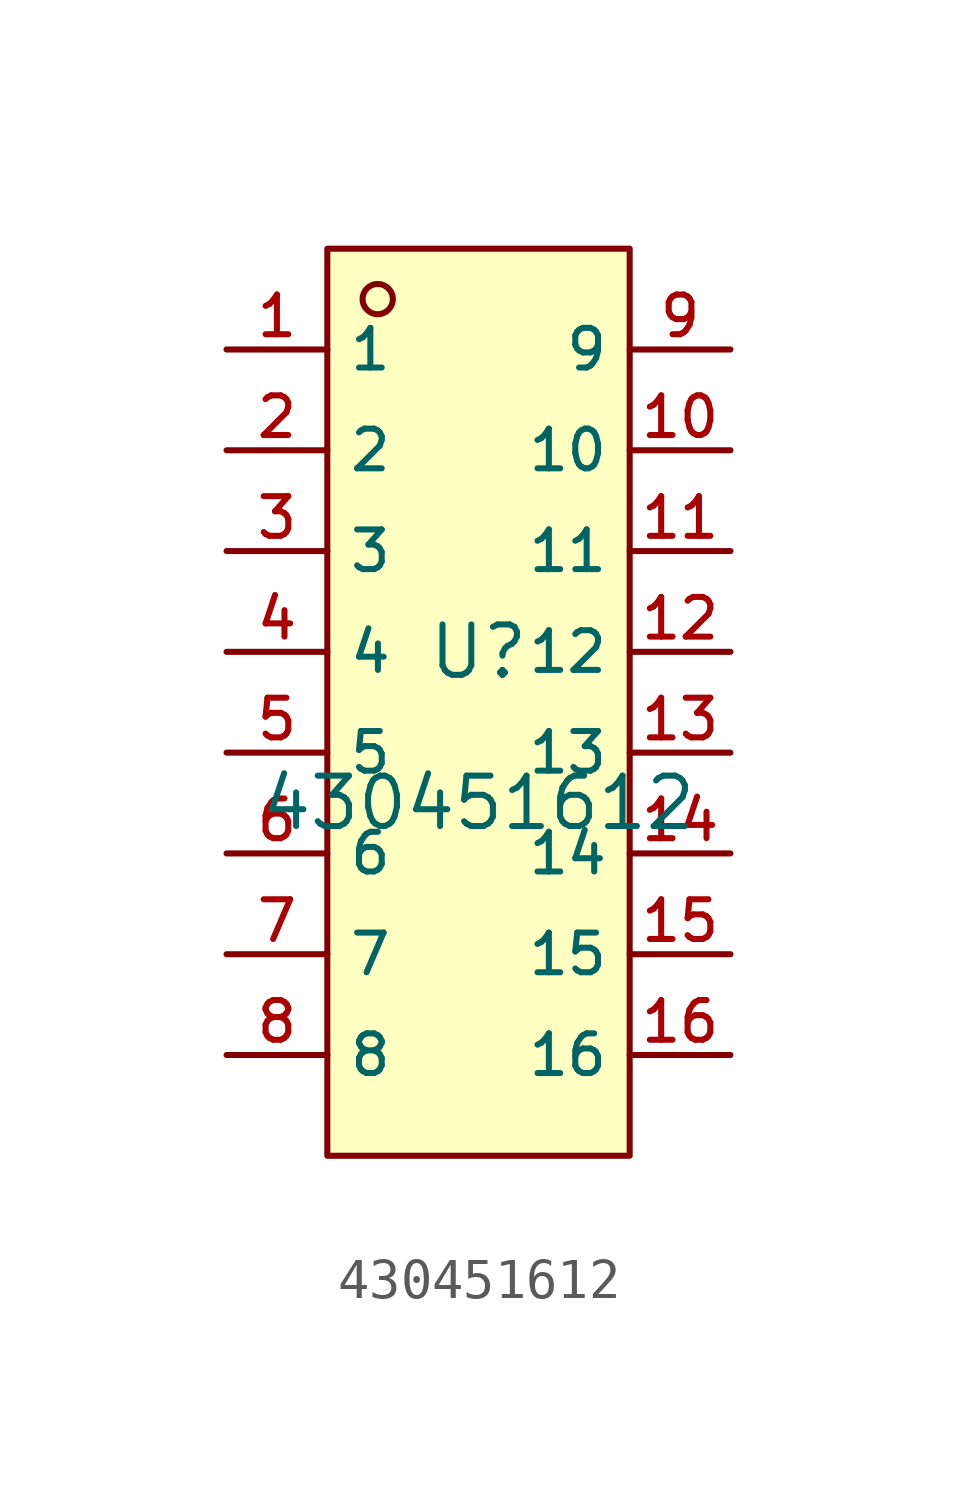
<source format=kicad_sym>
(kicad_symbol_lib
  (version 20210201)
  (generator TousstNicolas/JLC2KiCad_lib)
  (symbol "430451612"
    (property "Reference" "U"
      (at 0 1.27 0)
      (effects (font (size 1.27 1.27))))
    (property "Value" "430451612"
      (at 0 -2.54 0)
      (effects (font (size 1.27 1.27))))
    (symbol "430451612_0_1"
      (rectangle (start -3.81 11.43) (end 3.81 -11.43) (stroke (width 0) (type default) (color 0 0 0 0)) (fill (type background)))
      (circle (center -2.54 10.16) (radius 0.381) (stroke (width 0) (type default) (color 0 0 0 0)) (fill (type background)))
      (pin unspecified line (at -6.35 8.89 0) (length 2.54) (name "1" (effects (font (size 1 1)))) (number "1" (effects (font (size 1 1)))))
      (pin unspecified line (at -6.35 6.35 0) (length 2.54) (name "2" (effects (font (size 1 1)))) (number "2" (effects (font (size 1 1)))))
      (pin unspecified line (at -6.35 3.81 0) (length 2.54) (name "3" (effects (font (size 1 1)))) (number "3" (effects (font (size 1 1)))))
      (pin unspecified line (at -6.35 1.27 0) (length 2.54) (name "4" (effects (font (size 1 1)))) (number "4" (effects (font (size 1 1)))))
      (pin unspecified line (at -6.35 -1.27 0) (length 2.54) (name "5" (effects (font (size 1 1)))) (number "5" (effects (font (size 1 1)))))
      (pin unspecified line (at -6.35 -3.81 0) (length 2.54) (name "6" (effects (font (size 1 1)))) (number "6" (effects (font (size 1 1)))))
      (pin unspecified line (at -6.35 -6.35 0) (length 2.54) (name "7" (effects (font (size 1 1)))) (number "7" (effects (font (size 1 1)))))
      (pin unspecified line (at -6.35 -8.89 0) (length 2.54) (name "8" (effects (font (size 1 1)))) (number "8" (effects (font (size 1 1)))))
      (pin unspecified line (at 6.35 8.89 180) (length 2.54) (name "9" (effects (font (size 1 1)))) (number "9" (effects (font (size 1 1)))))
      (pin unspecified line (at 6.35 6.35 180) (length 2.54) (name "10" (effects (font (size 1 1)))) (number "10" (effects (font (size 1 1)))))
      (pin unspecified line (at 6.35 3.81 180) (length 2.54) (name "11" (effects (font (size 1 1)))) (number "11" (effects (font (size 1 1)))))
      (pin unspecified line (at 6.35 1.27 180) (length 2.54) (name "12" (effects (font (size 1 1)))) (number "12" (effects (font (size 1 1)))))
      (pin unspecified line (at 6.35 -1.27 180) (length 2.54) (name "13" (effects (font (size 1 1)))) (number "13" (effects (font (size 1 1)))))
      (pin unspecified line (at 6.35 -3.81 180) (length 2.54) (name "14" (effects (font (size 1 1)))) (number "14" (effects (font (size 1 1)))))
      (pin unspecified line (at 6.35 -6.35 180) (length 2.54) (name "15" (effects (font (size 1 1)))) (number "15" (effects (font (size 1 1)))))
      (pin unspecified line (at 6.35 -8.89 180) (length 2.54) (name "16" (effects (font (size 1 1)))) (number "16" (effects (font (size 1 1))))))))
</source>
